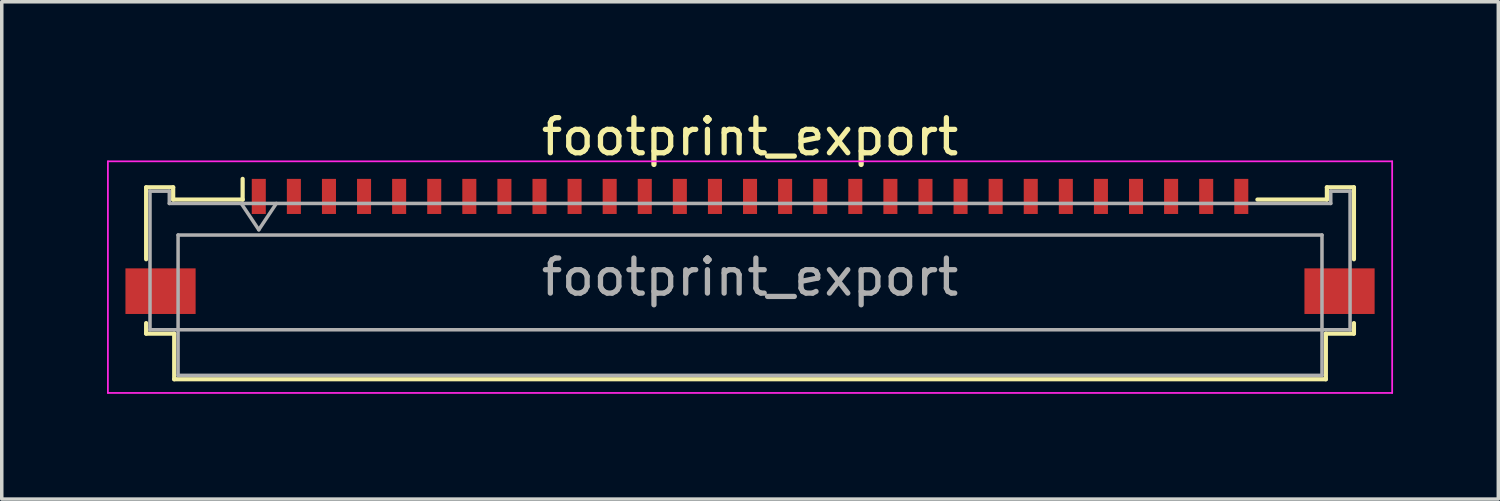
<source format=kicad_pcb>
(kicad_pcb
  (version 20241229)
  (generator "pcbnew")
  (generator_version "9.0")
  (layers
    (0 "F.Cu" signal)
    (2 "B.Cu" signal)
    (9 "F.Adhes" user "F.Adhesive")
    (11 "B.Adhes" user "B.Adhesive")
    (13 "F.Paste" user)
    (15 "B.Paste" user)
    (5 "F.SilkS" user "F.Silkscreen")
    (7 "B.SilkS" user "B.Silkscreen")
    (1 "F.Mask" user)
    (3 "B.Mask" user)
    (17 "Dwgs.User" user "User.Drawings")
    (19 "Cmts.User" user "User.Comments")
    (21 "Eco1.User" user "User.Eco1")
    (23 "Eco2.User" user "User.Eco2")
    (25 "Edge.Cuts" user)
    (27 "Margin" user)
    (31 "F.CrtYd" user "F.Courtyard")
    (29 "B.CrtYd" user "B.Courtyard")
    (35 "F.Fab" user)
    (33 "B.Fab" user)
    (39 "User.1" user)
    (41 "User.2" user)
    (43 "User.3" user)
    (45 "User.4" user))
  (footprint "footprint_export"
    (layer "F.Cu")
    (at 18.325 3.458)
    (property "Reference" "footprint_export" (at 0 -2.61 0) (layer "F.SilkS") (effects (font (size 1 1) (thickness 0.15))))
    (attr smd)
    (fp_line (start -17.21 -1.17) (end -17.21 0.88) (stroke (width 0.12) (type solid)) (layer "F.SilkS"))
    (fp_line (start -17.21 2.7) (end -17.21 3) (stroke (width 0.12) (type solid)) (layer "F.SilkS"))
    (fp_line (start -17.21 3) (end -16.41 3) (stroke (width 0.12) (type solid)) (layer "F.SilkS"))
    (fp_line (start -16.44 -1.17) (end -17.21 -1.17) (stroke (width 0.12) (type solid)) (layer "F.SilkS"))
    (fp_line (start -16.44 -0.82) (end -16.44 -1.17) (stroke (width 0.12) (type solid)) (layer "F.SilkS"))
    (fp_line (start -16.41 3) (end -16.41 4.3) (stroke (width 0.12) (type solid)) (layer "F.SilkS"))
    (fp_line (start -16.41 4.3) (end 16.41 4.3) (stroke (width 0.12) (type solid)) (layer "F.SilkS"))
    (fp_line (start -14.46 -1.41) (end -14.46 -0.82) (stroke (width 0.12) (type solid)) (layer "F.SilkS"))
    (fp_line (start -14.46 -0.82) (end -16.44 -0.82) (stroke (width 0.12) (type solid)) (layer "F.SilkS"))
    (fp_line (start 16.41 3) (end 17.21 3) (stroke (width 0.12) (type solid)) (layer "F.SilkS"))
    (fp_line (start 16.41 4.3) (end 16.41 3) (stroke (width 0.12) (type solid)) (layer "F.SilkS"))
    (fp_line (start 16.44 -1.17) (end 16.44 -0.82) (stroke (width 0.12) (type solid)) (layer "F.SilkS"))
    (fp_line (start 16.44 -0.82) (end 14.46 -0.82) (stroke (width 0.12) (type solid)) (layer "F.SilkS"))
    (fp_line (start 17.21 -1.17) (end 16.44 -1.17) (stroke (width 0.12) (type solid)) (layer "F.SilkS"))
    (fp_line (start 17.21 0.88) (end 17.21 -1.17) (stroke (width 0.12) (type solid)) (layer "F.SilkS"))
    (fp_line (start 17.21 3) (end 17.21 2.7) (stroke (width 0.12) (type solid)) (layer "F.SilkS"))
    (fp_line (start -18.3 -1.91) (end -18.3 4.69) (stroke (width 0.05) (type solid)) (layer "F.CrtYd"))
    (fp_line (start -18.3 4.69) (end 18.3 4.69) (stroke (width 0.05) (type solid)) (layer "F.CrtYd"))
    (fp_line (start 18.3 -1.91) (end -18.3 -1.91) (stroke (width 0.05) (type solid)) (layer "F.CrtYd"))
    (fp_line (start 18.3 4.69) (end 18.3 -1.91) (stroke (width 0.05) (type solid)) (layer "F.CrtYd"))
    (fp_line (start -17.1 -1.06) (end -17.1 2.89) (stroke (width 0.1) (type solid)) (layer "F.Fab"))
    (fp_line (start -17.1 2.89) (end 17.1 2.89) (stroke (width 0.1) (type solid)) (layer "F.Fab"))
    (fp_line (start -16.55 -1.06) (end -17.1 -1.06) (stroke (width 0.1) (type solid)) (layer "F.Fab"))
    (fp_line (start -16.55 -0.71) (end -16.55 -1.06) (stroke (width 0.1) (type solid)) (layer "F.Fab"))
    (fp_line (start -16.3 0.19) (end -16.3 4.19) (stroke (width 0.1) (type solid)) (layer "F.Fab"))
    (fp_line (start -16.3 4.19) (end 16.3 4.19) (stroke (width 0.1) (type solid)) (layer "F.Fab"))
    (fp_line (start -14.5 -0.71) (end -14 0.04) (stroke (width 0.1) (type solid)) (layer "F.Fab"))
    (fp_line (start -14 0.04) (end -13.5 -0.71) (stroke (width 0.1) (type solid)) (layer "F.Fab"))
    (fp_line (start 16.3 0.19) (end -16.3 0.19) (stroke (width 0.1) (type solid)) (layer "F.Fab"))
    (fp_line (start 16.3 4.19) (end 16.3 0.19) (stroke (width 0.1) (type solid)) (layer "F.Fab"))
    (fp_line (start 16.55 -1.06) (end 16.55 -0.71) (stroke (width 0.1) (type solid)) (layer "F.Fab"))
    (fp_line (start 16.55 -0.71) (end -16.55 -0.71) (stroke (width 0.1) (type solid)) (layer "F.Fab"))
    (fp_line (start 17.1 -1.06) (end 16.55 -1.06) (stroke (width 0.1) (type solid)) (layer "F.Fab"))
    (fp_line (start 17.1 2.89) (end 17.1 -1.06) (stroke (width 0.1) (type solid)) (layer "F.Fab"))
    (fp_text user "${REFERENCE}" (at 0 1.39 0) (layer "F.Fab") (effects (font (size 1 1) (thickness 0.15))))
    (pad "1" smd rect (at -14 -0.91) (size 0.4 1) (layers "F.Cu" "F.Mask" "F.Paste"))
    (pad "2" smd rect (at -13 -0.91) (size 0.4 1) (layers "F.Cu" "F.Mask" "F.Paste"))
    (pad "3" smd rect (at -12 -0.91) (size 0.4 1) (layers "F.Cu" "F.Mask" "F.Paste"))
    (pad "4" smd rect (at -11 -0.91) (size 0.4 1) (layers "F.Cu" "F.Mask" "F.Paste"))
    (pad "5" smd rect (at -10 -0.91) (size 0.4 1) (layers "F.Cu" "F.Mask" "F.Paste"))
    (pad "6" smd rect (at -9 -0.91) (size 0.4 1) (layers "F.Cu" "F.Mask" "F.Paste"))
    (pad "7" smd rect (at -8 -0.91) (size 0.4 1) (layers "F.Cu" "F.Mask" "F.Paste"))
    (pad "8" smd rect (at -7 -0.91) (size 0.4 1) (layers "F.Cu" "F.Mask" "F.Paste"))
    (pad "9" smd rect (at -6 -0.91) (size 0.4 1) (layers "F.Cu" "F.Mask" "F.Paste"))
    (pad "10" smd rect (at -5 -0.91) (size 0.4 1) (layers "F.Cu" "F.Mask" "F.Paste"))
    (pad "11" smd rect (at -4 -0.91) (size 0.4 1) (layers "F.Cu" "F.Mask" "F.Paste"))
    (pad "12" smd rect (at -3 -0.91) (size 0.4 1) (layers "F.Cu" "F.Mask" "F.Paste"))
    (pad "13" smd rect (at -2 -0.91) (size 0.4 1) (layers "F.Cu" "F.Mask" "F.Paste"))
    (pad "14" smd rect (at -1 -0.91) (size 0.4 1) (layers "F.Cu" "F.Mask" "F.Paste"))
    (pad "15" smd rect (at 0 -0.91) (size 0.4 1) (layers "F.Cu" "F.Mask" "F.Paste"))
    (pad "16" smd rect (at 1 -0.91) (size 0.4 1) (layers "F.Cu" "F.Mask" "F.Paste"))
    (pad "17" smd rect (at 2 -0.91) (size 0.4 1) (layers "F.Cu" "F.Mask" "F.Paste"))
    (pad "18" smd rect (at 3 -0.91) (size 0.4 1) (layers "F.Cu" "F.Mask" "F.Paste"))
    (pad "19" smd rect (at 4 -0.91) (size 0.4 1) (layers "F.Cu" "F.Mask" "F.Paste"))
    (pad "20" smd rect (at 5 -0.91) (size 0.4 1) (layers "F.Cu" "F.Mask" "F.Paste"))
    (pad "21" smd rect (at 6 -0.91) (size 0.4 1) (layers "F.Cu" "F.Mask" "F.Paste"))
    (pad "22" smd rect (at 7 -0.91) (size 0.4 1) (layers "F.Cu" "F.Mask" "F.Paste"))
    (pad "23" smd rect (at 8 -0.91) (size 0.4 1) (layers "F.Cu" "F.Mask" "F.Paste"))
    (pad "24" smd rect (at 9 -0.91) (size 0.4 1) (layers "F.Cu" "F.Mask" "F.Paste"))
    (pad "25" smd rect (at 10 -0.91) (size 0.4 1) (layers "F.Cu" "F.Mask" "F.Paste"))
    (pad "26" smd rect (at 11 -0.91) (size 0.4 1) (layers "F.Cu" "F.Mask" "F.Paste"))
    (pad "27" smd rect (at 12 -0.91) (size 0.4 1) (layers "F.Cu" "F.Mask" "F.Paste"))
    (pad "28" smd rect (at 13 -0.91) (size 0.4 1) (layers "F.Cu" "F.Mask" "F.Paste"))
    (pad "29" smd rect (at 14 -0.91) (size 0.4 1) (layers "F.Cu" "F.Mask" "F.Paste"))
    (pad "MP" smd rect (at -16.8 1.79) (size 2 1.3) (layers "F.Cu" "F.Mask" "F.Paste"))
    (pad "MP" smd rect (at 16.8 1.79) (size 2 1.3) (layers "F.Cu" "F.Mask" "F.Paste")))
  (gr_rect
    (start -3 -3)
    (end 39.65 11.173)
    (stroke (width 0.1) (type default))
    (fill no)
    (layer "Edge.Cuts")))
</source>
